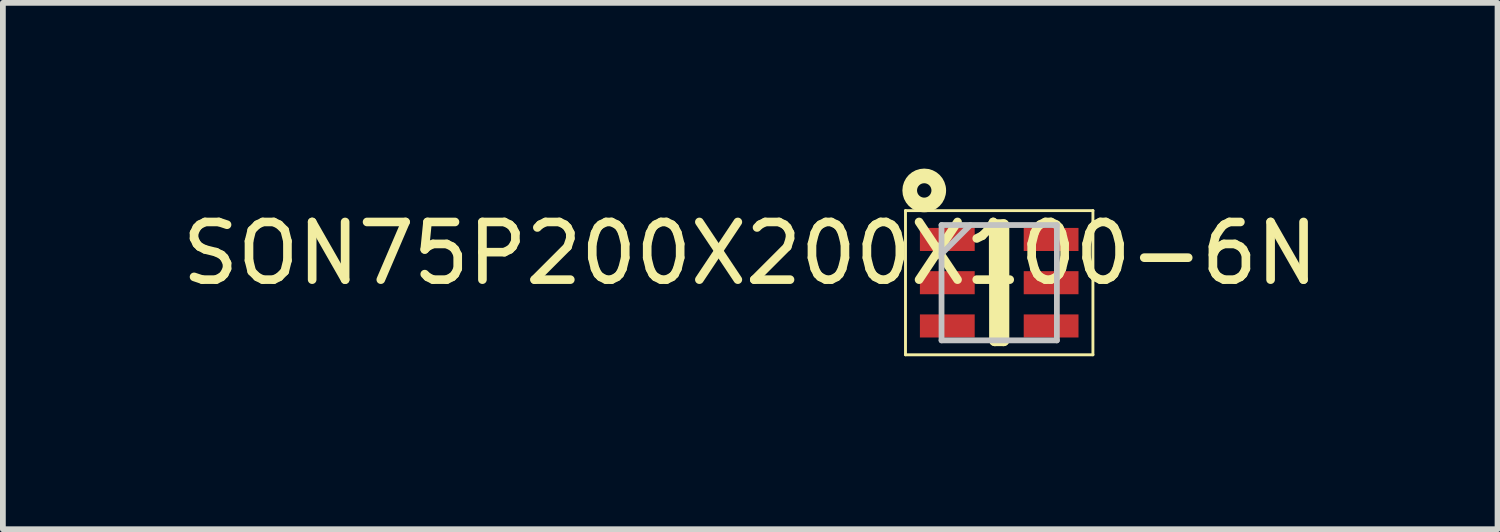
<source format=kicad_pcb>
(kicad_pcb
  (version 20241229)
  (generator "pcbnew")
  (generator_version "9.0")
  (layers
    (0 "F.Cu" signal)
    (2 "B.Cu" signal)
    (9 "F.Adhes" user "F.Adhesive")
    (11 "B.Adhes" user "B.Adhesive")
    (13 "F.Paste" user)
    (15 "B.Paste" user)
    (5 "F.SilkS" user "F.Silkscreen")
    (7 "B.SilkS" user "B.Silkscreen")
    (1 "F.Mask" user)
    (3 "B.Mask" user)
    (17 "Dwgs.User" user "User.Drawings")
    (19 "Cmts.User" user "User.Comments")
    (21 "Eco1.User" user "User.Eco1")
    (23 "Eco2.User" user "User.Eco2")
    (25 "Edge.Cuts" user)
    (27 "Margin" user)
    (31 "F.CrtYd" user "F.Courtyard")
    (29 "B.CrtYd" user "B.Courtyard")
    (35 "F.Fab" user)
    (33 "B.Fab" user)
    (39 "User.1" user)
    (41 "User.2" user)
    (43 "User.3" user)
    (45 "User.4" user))
  (footprint "SON75P200X200X100-6N"
    (layer "F.Cu")
    (at 14.276 1.852)
    (property "Reference" "SON75P200X200X100-6N" (at -4.318 -0.508 0) (layer "F.SilkS") (effects (font (size 1 1) (thickness 0.15))))
    (attr smd)
    (fp_line (start -1.625 -1.25) (end 1.625 -1.25) (stroke (width 0.05) (type solid)) (layer "F.SilkS"))
    (fp_line (start -1.625 1.25) (end -1.625 -1.25) (stroke (width 0.05) (type solid)) (layer "F.SilkS"))
    (fp_line (start -0.075 -1) (end 0.075 -1) (stroke (width 0.2) (type solid)) (layer "F.SilkS"))
    (fp_line (start -0.075 1) (end -0.075 -1) (stroke (width 0.2) (type solid)) (layer "F.SilkS"))
    (fp_line (start 0.075 -1) (end 0.075 1) (stroke (width 0.2) (type solid)) (layer "F.SilkS"))
    (fp_line (start 0.075 1) (end -0.075 1) (stroke (width 0.2) (type solid)) (layer "F.SilkS"))
    (fp_line (start 1.625 -1.25) (end 1.625 1.25) (stroke (width 0.05) (type solid)) (layer "F.SilkS"))
    (fp_line (start 1.625 1.25) (end -1.625 1.25) (stroke (width 0.05) (type solid)) (layer "F.SilkS"))
    (fp_circle (center -1.3 -1.6) (end -1.175 -1.6) (stroke (width 0.254) (type solid)) (fill no) (layer "F.SilkS"))
    (fp_line (start -1 -1) (end 1 -1) (stroke (width 0.1) (type solid)) (layer "Dwgs.User"))
    (fp_line (start -1 -0.5) (end -0.5 -1) (stroke (width 0.1) (type solid)) (layer "Dwgs.User"))
    (fp_line (start -1 1) (end -1 -1) (stroke (width 0.1) (type solid)) (layer "Dwgs.User"))
    (fp_line (start 1 -1) (end 1 1) (stroke (width 0.1) (type solid)) (layer "Dwgs.User"))
    (fp_line (start 1 1) (end -1 1) (stroke (width 0.1) (type solid)) (layer "Dwgs.User"))
    (pad "1" smd rect (at -0.9 -0.75 90) (size 0.4 0.95) (layers "F.Cu" "F.Mask" "F.Paste"))
    (pad "2" smd rect (at -0.9 0 90) (size 0.4 0.95) (layers "F.Cu" "F.Mask" "F.Paste"))
    (pad "3" smd rect (at -0.9 0.75 90) (size 0.4 0.95) (layers "F.Cu" "F.Mask" "F.Paste"))
    (pad "4" smd rect (at 0.9 0.75 90) (size 0.4 0.95) (layers "F.Cu" "F.Mask" "F.Paste"))
    (pad "5" smd rect (at 0.9 0 90) (size 0.4 0.95) (layers "F.Cu" "F.Mask" "F.Paste"))
    (pad "6" smd rect (at 0.9 -0.75 90) (size 0.4 0.95) (layers "F.Cu" "F.Mask" "F.Paste")))
  (gr_rect
    (start -3 -3)
    (end 22.917 6.127)
    (stroke (width 0.1) (type default))
    (fill no)
    (layer "Edge.Cuts")))
</source>
